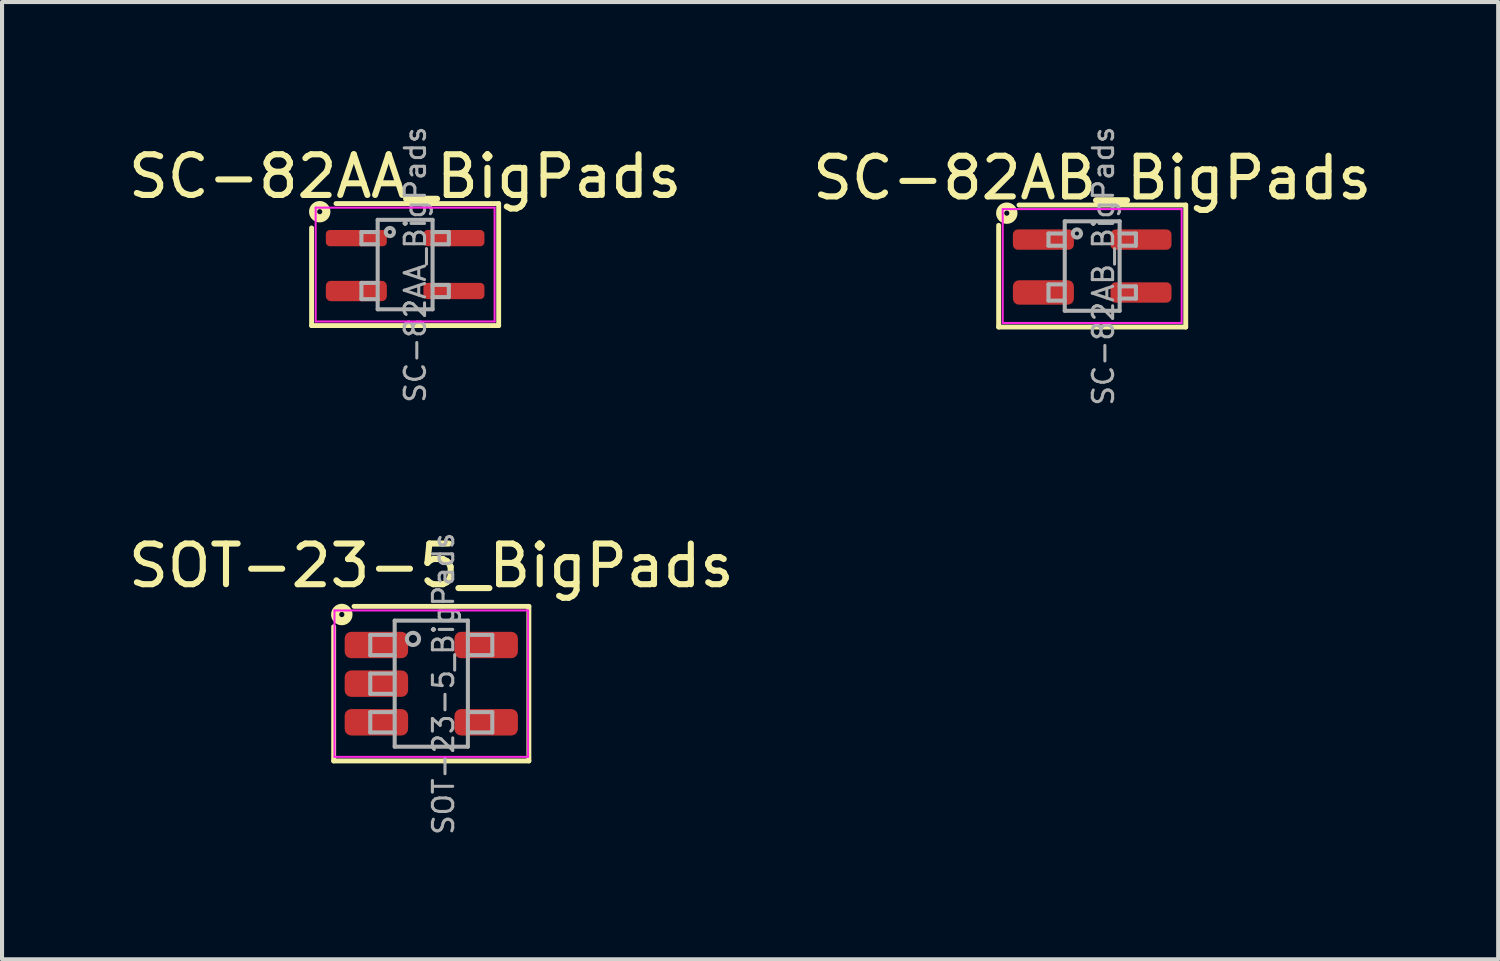
<source format=kicad_pcb>
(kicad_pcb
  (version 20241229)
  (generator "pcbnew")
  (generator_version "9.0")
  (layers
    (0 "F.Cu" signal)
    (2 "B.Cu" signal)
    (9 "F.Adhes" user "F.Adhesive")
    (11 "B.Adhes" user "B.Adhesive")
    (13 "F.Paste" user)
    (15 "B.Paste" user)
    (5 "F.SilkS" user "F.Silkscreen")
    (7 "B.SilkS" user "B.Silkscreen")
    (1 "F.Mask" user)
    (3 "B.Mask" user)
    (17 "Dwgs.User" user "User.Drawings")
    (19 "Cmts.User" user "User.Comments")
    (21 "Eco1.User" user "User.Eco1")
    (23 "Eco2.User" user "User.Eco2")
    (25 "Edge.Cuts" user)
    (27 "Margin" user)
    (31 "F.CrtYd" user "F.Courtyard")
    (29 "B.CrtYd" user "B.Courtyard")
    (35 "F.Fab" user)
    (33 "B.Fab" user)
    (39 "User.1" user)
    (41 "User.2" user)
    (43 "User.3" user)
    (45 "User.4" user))
  (footprint "SC-82AB_BigPads"
    (layer "F.Cu")
    (at 23.804 3.491)
    (property "Reference" "SC-82AB_BigPads" (at 0 -2.167 0) (layer "F.SilkS") (effects (font (size 1 1) (thickness 0.15))))
    (attr smd)
    (fp_line (start -2.3 -1) (end -2.3 1.5) (stroke (width 0.12) (type solid)) (layer "F.SilkS"))
    (fp_line (start -2.3 1.5) (end 2.3 1.5) (stroke (width 0.12) (type solid)) (layer "F.SilkS"))
    (fp_line (start 2.3 -1.5) (end -1.8 -1.5) (stroke (width 0.12) (type solid)) (layer "F.SilkS"))
    (fp_line (start 2.3 1.5) (end 2.3 -1.5) (stroke (width 0.12) (type solid)) (layer "F.SilkS"))
    (fp_circle (center -2.1 -1.3) (end -2.037 -1.3) (stroke (width 0.2) (type solid)) (fill no) (layer "F.SilkS"))
    (fp_line (start -2.2 -1.4) (end -2.2 1.4) (stroke (width 0.05) (type solid)) (layer "F.CrtYd"))
    (fp_line (start -2.2 -1.4) (end 2.2 -1.4) (stroke (width 0.05) (type solid)) (layer "F.CrtYd"))
    (fp_line (start -2.2 1.4) (end 2.2 1.4) (stroke (width 0.05) (type solid)) (layer "F.CrtYd"))
    (fp_line (start 2.2 1.4) (end 2.2 -1.4) (stroke (width 0.05) (type solid)) (layer "F.CrtYd"))
    (fp_line (start -1.075 -0.8) (end -1.075 -0.5) (stroke (width 0.1) (type solid)) (layer "F.Fab"))
    (fp_line (start -1.075 -0.8) (end -0.675 -0.8) (stroke (width 0.1) (type solid)) (layer "F.Fab"))
    (fp_line (start -1.075 -0.5) (end -0.675 -0.5) (stroke (width 0.1) (type solid)) (layer "F.Fab"))
    (fp_line (start -1.075 0.45) (end -1.075 0.85) (stroke (width 0.1) (type solid)) (layer "F.Fab"))
    (fp_line (start -1.075 0.45) (end -0.675 0.45) (stroke (width 0.1) (type solid)) (layer "F.Fab"))
    (fp_line (start -1.075 0.85) (end -0.675 0.85) (stroke (width 0.1) (type solid)) (layer "F.Fab"))
    (fp_line (start -0.675 -1.1) (end -0.675 1.1) (stroke (width 0.1) (type solid)) (layer "F.Fab"))
    (fp_line (start 0.675 -1.1) (end -0.675 -1.1) (stroke (width 0.1) (type solid)) (layer "F.Fab"))
    (fp_line (start 0.675 -1.1) (end 0.675 1.1) (stroke (width 0.1) (type solid)) (layer "F.Fab"))
    (fp_line (start 0.675 1.1) (end -0.675 1.1) (stroke (width 0.1) (type solid)) (layer "F.Fab"))
    (fp_line (start 1.075 -0.8) (end 0.675 -0.8) (stroke (width 0.1) (type solid)) (layer "F.Fab"))
    (fp_line (start 1.075 -0.5) (end 0.675 -0.5) (stroke (width 0.1) (type solid)) (layer "F.Fab"))
    (fp_line (start 1.075 -0.5) (end 1.075 -0.8) (stroke (width 0.1) (type solid)) (layer "F.Fab"))
    (fp_line (start 1.075 0.5) (end 0.675 0.5) (stroke (width 0.1) (type solid)) (layer "F.Fab"))
    (fp_line (start 1.075 0.8) (end 0.675 0.8) (stroke (width 0.1) (type solid)) (layer "F.Fab"))
    (fp_line (start 1.075 0.8) (end 1.075 0.5) (stroke (width 0.1) (type solid)) (layer "F.Fab"))
    (fp_circle (center -0.375 -0.8) (end -0.275 -0.8) (stroke (width 0.1) (type solid)) (fill no) (layer "F.Fab"))
    (fp_text user "${REFERENCE}" (at 0.275 0 90) (layer "F.Fab") (effects (font (size 0.5 0.5) (thickness 0.075))))
    (pad "1" smd roundrect (at -1.2 -0.65) (size 1.5 0.5) (layers "F.Cu" "F.Mask" "F.Paste") (roundrect_rratio 0.25))
    (pad "2" smd roundrect (at -1.2 0.65) (size 1.5 0.6) (layers "F.Cu" "F.Mask" "F.Paste") (roundrect_rratio 0.25))
    (pad "3" smd roundrect (at 1.2 0.65) (size 1.5 0.5) (layers "F.Cu" "F.Mask" "F.Paste") (roundrect_rratio 0.25))
    (pad "4" smd roundrect (at 1.2 -0.65) (size 1.5 0.5) (layers "F.Cu" "F.Mask" "F.Paste") (roundrect_rratio 0.25)))
  (footprint "SC-82AA_BigPads"
    (layer "F.Cu")
    (at 6.911 3.455)
    (property "Reference" "SC-82AA_BigPads" (at 0 -2.167 0) (layer "F.SilkS") (effects (font (size 1 1) (thickness 0.15))))
    (attr smd)
    (fp_line (start -2.3 -0.9) (end -2.3 1.5) (stroke (width 0.12) (type solid)) (layer "F.SilkS"))
    (fp_line (start -2.3 1.5) (end 2.3 1.5) (stroke (width 0.12) (type solid)) (layer "F.SilkS"))
    (fp_line (start 2.3 -1.5) (end -1.7 -1.5) (stroke (width 0.12) (type solid)) (layer "F.SilkS"))
    (fp_line (start 2.3 1.5) (end 2.3 -1.5) (stroke (width 0.12) (type solid)) (layer "F.SilkS"))
    (fp_circle (center -2.1 -1.3) (end -2.037 -1.3) (stroke (width 0.2) (type solid)) (fill no) (layer "F.SilkS"))
    (fp_line (start -2.2 -1.4) (end -2.2 1.4) (stroke (width 0.05) (type solid)) (layer "F.CrtYd"))
    (fp_line (start -2.2 -1.4) (end 2.2 -1.4) (stroke (width 0.05) (type solid)) (layer "F.CrtYd"))
    (fp_line (start -2.2 1.4) (end 2.2 1.4) (stroke (width 0.05) (type solid)) (layer "F.CrtYd"))
    (fp_line (start 2.2 1.4) (end 2.2 -1.4) (stroke (width 0.05) (type solid)) (layer "F.CrtYd"))
    (fp_line (start -1.075 -0.8) (end -1.075 -0.5) (stroke (width 0.1) (type solid)) (layer "F.Fab"))
    (fp_line (start -1.075 -0.8) (end -0.675 -0.8) (stroke (width 0.1) (type solid)) (layer "F.Fab"))
    (fp_line (start -1.075 -0.5) (end -0.675 -0.5) (stroke (width 0.1) (type solid)) (layer "F.Fab"))
    (fp_line (start -1.075 0.45) (end -1.075 0.85) (stroke (width 0.1) (type solid)) (layer "F.Fab"))
    (fp_line (start -1.075 0.45) (end -0.675 0.45) (stroke (width 0.1) (type solid)) (layer "F.Fab"))
    (fp_line (start -1.075 0.85) (end -0.675 0.85) (stroke (width 0.1) (type solid)) (layer "F.Fab"))
    (fp_line (start -0.675 -1.1) (end -0.675 1.1) (stroke (width 0.1) (type solid)) (layer "F.Fab"))
    (fp_line (start 0.675 -1.1) (end -0.675 -1.1) (stroke (width 0.1) (type solid)) (layer "F.Fab"))
    (fp_line (start 0.675 -1.1) (end 0.675 1.1) (stroke (width 0.1) (type solid)) (layer "F.Fab"))
    (fp_line (start 0.675 1.1) (end -0.675 1.1) (stroke (width 0.1) (type solid)) (layer "F.Fab"))
    (fp_line (start 1.075 -0.8) (end 0.675 -0.8) (stroke (width 0.1) (type solid)) (layer "F.Fab"))
    (fp_line (start 1.075 -0.5) (end 0.675 -0.5) (stroke (width 0.1) (type solid)) (layer "F.Fab"))
    (fp_line (start 1.075 -0.5) (end 1.075 -0.8) (stroke (width 0.1) (type solid)) (layer "F.Fab"))
    (fp_line (start 1.075 0.5) (end 0.675 0.5) (stroke (width 0.1) (type solid)) (layer "F.Fab"))
    (fp_line (start 1.075 0.8) (end 0.675 0.8) (stroke (width 0.1) (type solid)) (layer "F.Fab"))
    (fp_line (start 1.075 0.8) (end 1.075 0.5) (stroke (width 0.1) (type solid)) (layer "F.Fab"))
    (fp_circle (center -0.375 -0.8) (end -0.275 -0.8) (stroke (width 0.1) (type solid)) (fill no) (layer "F.Fab"))
    (fp_text user "${REFERENCE}" (at 0.25 0 90) (layer "F.Fab") (effects (font (size 0.5 0.5) (thickness 0.075))))
    (pad "1" smd roundrect (at -1.2 -0.65) (size 1.5 0.4) (layers "F.Cu" "F.Mask" "F.Paste") (roundrect_rratio 0.25))
    (pad "2" smd roundrect (at -1.2 0.65) (size 1.5 0.5) (layers "F.Cu" "F.Mask" "F.Paste") (roundrect_rratio 0.25))
    (pad "3" smd roundrect (at 1.2 0.65) (size 1.5 0.4) (layers "F.Cu" "F.Mask" "F.Paste") (roundrect_rratio 0.25))
    (pad "4" smd roundrect (at 1.2 -0.65) (size 1.5 0.4) (layers "F.Cu" "F.Mask" "F.Paste") (roundrect_rratio 0.25)))
  (footprint "SOT-23-5_BigPads"
    (layer "F.Cu")
    (at 7.554 13.759)
    (property "Reference" "SOT-23-5_BigPads" (at 0 -2.9 0) (layer "F.SilkS") (effects (font (size 1 1) (thickness 0.15))))
    (attr smd)
    (fp_line (start -2.4 -1.4) (end -2.4 1.9) (stroke (width 0.12) (type solid)) (layer "F.SilkS"))
    (fp_line (start -2.4 1.9) (end 2.4 1.9) (stroke (width 0.12) (type solid)) (layer "F.SilkS"))
    (fp_line (start 2.4 -1.9) (end -1.9 -1.9) (stroke (width 0.12) (type solid)) (layer "F.SilkS"))
    (fp_line (start 2.4 1.9) (end 2.4 -1.9) (stroke (width 0.12) (type solid)) (layer "F.SilkS"))
    (fp_circle (center -2.2 -1.7) (end -2.136 -1.7) (stroke (width 0.2) (type solid)) (fill no) (layer "F.SilkS"))
    (fp_line (start -2.38 -1.8) (end -2.38 1.8) (stroke (width 0.05) (type solid)) (layer "F.CrtYd"))
    (fp_line (start -2.38 -1.8) (end 2.38 -1.8) (stroke (width 0.05) (type solid)) (layer "F.CrtYd"))
    (fp_line (start 2.38 1.8) (end -2.38 1.8) (stroke (width 0.05) (type solid)) (layer "F.CrtYd"))
    (fp_line (start 2.38 1.8) (end 2.38 -1.8) (stroke (width 0.05) (type solid)) (layer "F.CrtYd"))
    (fp_line (start -1.5 -1.2) (end -1.5 -0.7) (stroke (width 0.1) (type solid)) (layer "F.Fab"))
    (fp_line (start -1.5 -0.7) (end -0.9 -0.7) (stroke (width 0.1) (type solid)) (layer "F.Fab"))
    (fp_line (start -1.5 -0.25) (end -1.5 0.25) (stroke (width 0.1) (type solid)) (layer "F.Fab"))
    (fp_line (start -1.5 0.25) (end -0.9 0.25) (stroke (width 0.1) (type solid)) (layer "F.Fab"))
    (fp_line (start -1.5 0.7) (end -1.5 1.2) (stroke (width 0.1) (type solid)) (layer "F.Fab"))
    (fp_line (start -1.5 1.2) (end -0.9 1.2) (stroke (width 0.1) (type solid)) (layer "F.Fab"))
    (fp_line (start -0.9 -1.55) (end -0.9 1.55) (stroke (width 0.1) (type solid)) (layer "F.Fab"))
    (fp_line (start -0.9 -1.2) (end -1.5 -1.2) (stroke (width 0.1) (type solid)) (layer "F.Fab"))
    (fp_line (start -0.9 -0.25) (end -1.5 -0.25) (stroke (width 0.1) (type solid)) (layer "F.Fab"))
    (fp_line (start -0.9 0.7) (end -1.5 0.7) (stroke (width 0.1) (type solid)) (layer "F.Fab"))
    (fp_line (start 0.9 -1.55) (end -0.9 -1.55) (stroke (width 0.1) (type solid)) (layer "F.Fab"))
    (fp_line (start 0.9 -1.55) (end 0.9 1.55) (stroke (width 0.1) (type solid)) (layer "F.Fab"))
    (fp_line (start 0.9 -0.7) (end 1.5 -0.7) (stroke (width 0.1) (type solid)) (layer "F.Fab"))
    (fp_line (start 0.9 1.2) (end 1.5 1.2) (stroke (width 0.1) (type solid)) (layer "F.Fab"))
    (fp_line (start 0.9 1.55) (end -0.9 1.55) (stroke (width 0.1) (type solid)) (layer "F.Fab"))
    (fp_line (start 1.5 -1.2) (end 0.9 -1.2) (stroke (width 0.1) (type solid)) (layer "F.Fab"))
    (fp_line (start 1.5 -0.7) (end 1.5 -1.2) (stroke (width 0.1) (type solid)) (layer "F.Fab"))
    (fp_line (start 1.5 0.7) (end 0.9 0.7) (stroke (width 0.1) (type solid)) (layer "F.Fab"))
    (fp_line (start 1.5 1.2) (end 1.5 0.7) (stroke (width 0.1) (type solid)) (layer "F.Fab"))
    (fp_circle (center -0.45 -1.1) (end -0.3 -1.1) (stroke (width 0.1) (type solid)) (fill no) (layer "F.Fab"))
    (fp_text user "${REFERENCE}" (at 0.3 0 90) (layer "F.Fab") (effects (font (size 0.5 0.5) (thickness 0.075))))
    (pad "1" smd roundrect (at -1.35 -0.95) (size 1.56 0.65) (layers "F.Cu" "F.Mask" "F.Paste") (roundrect_rratio 0.25))
    (pad "2" smd roundrect (at -1.35 0) (size 1.56 0.65) (layers "F.Cu" "F.Mask" "F.Paste") (roundrect_rratio 0.25))
    (pad "3" smd roundrect (at -1.35 0.95) (size 1.56 0.65) (layers "F.Cu" "F.Mask" "F.Paste") (roundrect_rratio 0.25))
    (pad "4" smd roundrect (at 1.35 0.95) (size 1.56 0.65) (layers "F.Cu" "F.Mask" "F.Paste") (roundrect_rratio 0.25))
    (pad "5" smd roundrect (at 1.35 -0.95) (size 1.56 0.65) (layers "F.Cu" "F.Mask" "F.Paste") (roundrect_rratio 0.25)))
  (gr_rect
    (start -3 -3)
    (end 33.786 20.536)
    (stroke (width 0.1) (type default))
    (fill no)
    (layer "Edge.Cuts")))
</source>
